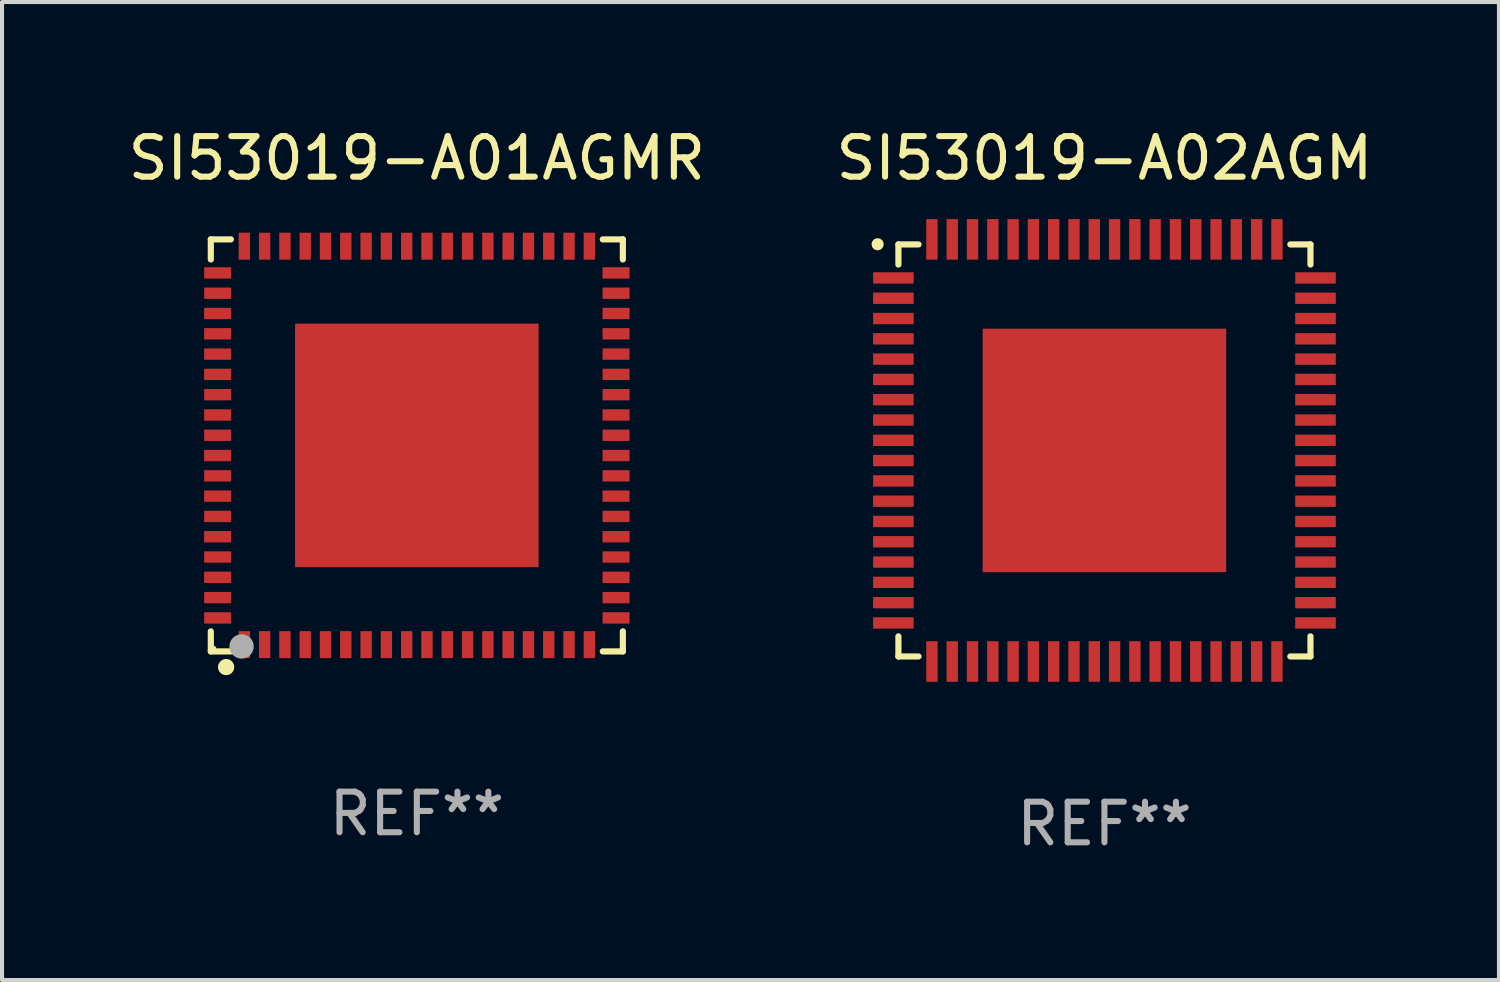
<source format=kicad_pcb>
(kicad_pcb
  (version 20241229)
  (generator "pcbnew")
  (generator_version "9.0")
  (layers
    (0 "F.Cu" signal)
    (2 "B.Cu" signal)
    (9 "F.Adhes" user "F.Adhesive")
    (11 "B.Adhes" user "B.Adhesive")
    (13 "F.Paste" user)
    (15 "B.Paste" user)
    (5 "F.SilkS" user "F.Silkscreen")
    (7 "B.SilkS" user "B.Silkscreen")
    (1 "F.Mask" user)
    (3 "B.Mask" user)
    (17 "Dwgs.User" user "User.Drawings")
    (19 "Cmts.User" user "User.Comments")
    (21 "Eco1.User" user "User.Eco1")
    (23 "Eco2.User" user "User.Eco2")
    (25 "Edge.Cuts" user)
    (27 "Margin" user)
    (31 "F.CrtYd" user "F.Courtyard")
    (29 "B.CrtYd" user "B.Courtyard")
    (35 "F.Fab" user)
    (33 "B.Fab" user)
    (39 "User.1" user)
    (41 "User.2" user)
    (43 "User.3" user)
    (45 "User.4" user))
  (footprint "SI53019-A02AGM"
    (layer "F.Cu")
    (at 24.161 8.048)
    (property "Reference" "SI53019-A02AGM" (at 0 -7.2 0) (layer "F.SilkS") (effects (font (size 1 1) (thickness 0.15))))
    (attr through_hole)
    (fp_line (start -5.076 -5.076) (end -5.076 -4.58) (stroke (width 0.152) (type solid)) (layer "F.SilkS"))
    (fp_line (start -5.076 5.076) (end -5.076 4.58) (stroke (width 0.152) (type solid)) (layer "F.SilkS"))
    (fp_line (start -4.58 -5.076) (end -5.076 -5.076) (stroke (width 0.152) (type solid)) (layer "F.SilkS"))
    (fp_line (start -4.58 5.076) (end -5.076 5.076) (stroke (width 0.152) (type solid)) (layer "F.SilkS"))
    (fp_line (start 4.58 -5.076) (end 5.076 -5.076) (stroke (width 0.152) (type solid)) (layer "F.SilkS"))
    (fp_line (start 4.58 5.076) (end 5.076 5.076) (stroke (width 0.152) (type solid)) (layer "F.SilkS"))
    (fp_line (start 5.076 -5.076) (end 5.076 -4.58) (stroke (width 0.152) (type solid)) (layer "F.SilkS"))
    (fp_line (start 5.076 5.076) (end 5.076 4.58) (stroke (width 0.152) (type solid)) (layer "F.SilkS"))
    (fp_circle (center -5.588 -5.08) (end -5.513 -5.08) (stroke (width 0.15) (type solid)) (fill no) (layer "F.SilkS"))
    (fp_text user "REF**" (at 0 9.2 0) (layer "F.Fab") (effects (font (size 1 1) (thickness 0.15))))
    (pad "1" smd rect (at -5.2 -4.25 270) (size 0.28 1) (layers "F.Cu" "F.Mask" "F.Paste"))
    (pad "2" smd rect (at -5.2 -3.75 270) (size 0.28 1) (layers "F.Cu" "F.Mask" "F.Paste"))
    (pad "3" smd rect (at -5.2 -3.25 270) (size 0.28 1) (layers "F.Cu" "F.Mask" "F.Paste"))
    (pad "4" smd rect (at -5.2 -2.75 270) (size 0.28 1) (layers "F.Cu" "F.Mask" "F.Paste"))
    (pad "5" smd rect (at -5.2 -2.25 270) (size 0.28 1) (layers "F.Cu" "F.Mask" "F.Paste"))
    (pad "6" smd rect (at -5.2 -1.75 270) (size 0.28 1) (layers "F.Cu" "F.Mask" "F.Paste"))
    (pad "7" smd rect (at -5.2 -1.25 270) (size 0.28 1) (layers "F.Cu" "F.Mask" "F.Paste"))
    (pad "8" smd rect (at -5.2 -0.75 270) (size 0.28 1) (layers "F.Cu" "F.Mask" "F.Paste"))
    (pad "9" smd rect (at -5.2 -0.25 270) (size 0.28 1) (layers "F.Cu" "F.Mask" "F.Paste"))
    (pad "10" smd rect (at -5.2 0.25 270) (size 0.28 1) (layers "F.Cu" "F.Mask" "F.Paste"))
    (pad "11" smd rect (at -5.2 0.75 270) (size 0.28 1) (layers "F.Cu" "F.Mask" "F.Paste"))
    (pad "12" smd rect (at -5.2 1.25 270) (size 0.28 1) (layers "F.Cu" "F.Mask" "F.Paste"))
    (pad "13" smd rect (at -5.2 1.75 270) (size 0.28 1) (layers "F.Cu" "F.Mask" "F.Paste"))
    (pad "14" smd rect (at -5.2 2.25 270) (size 0.28 1) (layers "F.Cu" "F.Mask" "F.Paste"))
    (pad "15" smd rect (at -5.2 2.75 270) (size 0.28 1) (layers "F.Cu" "F.Mask" "F.Paste"))
    (pad "16" smd rect (at -5.2 3.25 270) (size 0.28 1) (layers "F.Cu" "F.Mask" "F.Paste"))
    (pad "17" smd rect (at -5.2 3.75 270) (size 0.28 1) (layers "F.Cu" "F.Mask" "F.Paste"))
    (pad "18" smd rect (at -5.2 4.25 270) (size 0.28 1) (layers "F.Cu" "F.Mask" "F.Paste"))
    (pad "19" smd rect (at -4.25 5.2 270) (size 1 0.28) (layers "F.Cu" "F.Mask" "F.Paste"))
    (pad "20" smd rect (at -3.75 5.2 270) (size 1 0.28) (layers "F.Cu" "F.Mask" "F.Paste"))
    (pad "21" smd rect (at -3.25 5.2 270) (size 1 0.28) (layers "F.Cu" "F.Mask" "F.Paste"))
    (pad "22" smd rect (at -2.75 5.2 270) (size 1 0.28) (layers "F.Cu" "F.Mask" "F.Paste"))
    (pad "23" smd rect (at -2.25 5.2 270) (size 1 0.28) (layers "F.Cu" "F.Mask" "F.Paste"))
    (pad "24" smd rect (at -1.75 5.2 270) (size 1 0.28) (layers "F.Cu" "F.Mask" "F.Paste"))
    (pad "25" smd rect (at -1.25 5.2 270) (size 1 0.28) (layers "F.Cu" "F.Mask" "F.Paste"))
    (pad "26" smd rect (at -0.75 5.2 270) (size 1 0.28) (layers "F.Cu" "F.Mask" "F.Paste"))
    (pad "27" smd rect (at -0.25 5.2 270) (size 1 0.28) (layers "F.Cu" "F.Mask" "F.Paste"))
    (pad "28" smd rect (at 0.25 5.2 270) (size 1 0.28) (layers "F.Cu" "F.Mask" "F.Paste"))
    (pad "29" smd rect (at 0.75 5.2 270) (size 1 0.28) (layers "F.Cu" "F.Mask" "F.Paste"))
    (pad "30" smd rect (at 1.25 5.2 270) (size 1 0.28) (layers "F.Cu" "F.Mask" "F.Paste"))
    (pad "31" smd rect (at 1.75 5.2 270) (size 1 0.28) (layers "F.Cu" "F.Mask" "F.Paste"))
    (pad "32" smd rect (at 2.25 5.2 270) (size 1 0.28) (layers "F.Cu" "F.Mask" "F.Paste"))
    (pad "33" smd rect (at 2.75 5.2 270) (size 1 0.28) (layers "F.Cu" "F.Mask" "F.Paste"))
    (pad "34" smd rect (at 3.25 5.2 270) (size 1 0.28) (layers "F.Cu" "F.Mask" "F.Paste"))
    (pad "35" smd rect (at 3.75 5.2 270) (size 1 0.28) (layers "F.Cu" "F.Mask" "F.Paste"))
    (pad "36" smd rect (at 4.25 5.2 270) (size 1 0.28) (layers "F.Cu" "F.Mask" "F.Paste"))
    (pad "37" smd rect (at 5.2 4.25 270) (size 0.28 1) (layers "F.Cu" "F.Mask" "F.Paste"))
    (pad "38" smd rect (at 5.2 3.75 270) (size 0.28 1) (layers "F.Cu" "F.Mask" "F.Paste"))
    (pad "39" smd rect (at 5.2 3.25 270) (size 0.28 1) (layers "F.Cu" "F.Mask" "F.Paste"))
    (pad "40" smd rect (at 5.2 2.75 270) (size 0.28 1) (layers "F.Cu" "F.Mask" "F.Paste"))
    (pad "41" smd rect (at 5.2 2.25 270) (size 0.28 1) (layers "F.Cu" "F.Mask" "F.Paste"))
    (pad "42" smd rect (at 5.2 1.75 270) (size 0.28 1) (layers "F.Cu" "F.Mask" "F.Paste"))
    (pad "43" smd rect (at 5.2 1.25 270) (size 0.28 1) (layers "F.Cu" "F.Mask" "F.Paste"))
    (pad "44" smd rect (at 5.2 0.75 270) (size 0.28 1) (layers "F.Cu" "F.Mask" "F.Paste"))
    (pad "45" smd rect (at 5.2 0.25 270) (size 0.28 1) (layers "F.Cu" "F.Mask" "F.Paste"))
    (pad "46" smd rect (at 5.2 -0.25 270) (size 0.28 1) (layers "F.Cu" "F.Mask" "F.Paste"))
    (pad "47" smd rect (at 5.2 -0.75 270) (size 0.28 1) (layers "F.Cu" "F.Mask" "F.Paste"))
    (pad "48" smd rect (at 5.2 -1.25 270) (size 0.28 1) (layers "F.Cu" "F.Mask" "F.Paste"))
    (pad "49" smd rect (at 5.2 -1.75 270) (size 0.28 1) (layers "F.Cu" "F.Mask" "F.Paste"))
    (pad "50" smd rect (at 5.2 -2.25 270) (size 0.28 1) (layers "F.Cu" "F.Mask" "F.Paste"))
    (pad "51" smd rect (at 5.2 -2.75 270) (size 0.28 1) (layers "F.Cu" "F.Mask" "F.Paste"))
    (pad "52" smd rect (at 5.2 -3.25 270) (size 0.28 1) (layers "F.Cu" "F.Mask" "F.Paste"))
    (pad "53" smd rect (at 5.2 -3.75 270) (size 0.28 1) (layers "F.Cu" "F.Mask" "F.Paste"))
    (pad "54" smd rect (at 5.2 -4.25 270) (size 0.28 1) (layers "F.Cu" "F.Mask" "F.Paste"))
    (pad "55" smd rect (at 4.25 -5.2 270) (size 1 0.28) (layers "F.Cu" "F.Mask" "F.Paste"))
    (pad "56" smd rect (at 3.75 -5.2 270) (size 1 0.28) (layers "F.Cu" "F.Mask" "F.Paste"))
    (pad "57" smd rect (at 3.25 -5.2 270) (size 1 0.28) (layers "F.Cu" "F.Mask" "F.Paste"))
    (pad "58" smd rect (at 2.75 -5.2 270) (size 1 0.28) (layers "F.Cu" "F.Mask" "F.Paste"))
    (pad "59" smd rect (at 2.25 -5.2 270) (size 1 0.28) (layers "F.Cu" "F.Mask" "F.Paste"))
    (pad "60" smd rect (at 1.75 -5.2 270) (size 1 0.28) (layers "F.Cu" "F.Mask" "F.Paste"))
    (pad "61" smd rect (at 1.25 -5.2 270) (size 1 0.28) (layers "F.Cu" "F.Mask" "F.Paste"))
    (pad "62" smd rect (at 0.75 -5.2 270) (size 1 0.28) (layers "F.Cu" "F.Mask" "F.Paste"))
    (pad "63" smd rect (at 0.25 -5.2 270) (size 1 0.28) (layers "F.Cu" "F.Mask" "F.Paste"))
    (pad "64" smd rect (at -0.25 -5.2 270) (size 1 0.28) (layers "F.Cu" "F.Mask" "F.Paste"))
    (pad "65" smd rect (at -0.75 -5.2 270) (size 1 0.28) (layers "F.Cu" "F.Mask" "F.Paste"))
    (pad "66" smd rect (at -1.25 -5.2 270) (size 1 0.28) (layers "F.Cu" "F.Mask" "F.Paste"))
    (pad "67" smd rect (at -1.75 -5.2 270) (size 1 0.28) (layers "F.Cu" "F.Mask" "F.Paste"))
    (pad "68" smd rect (at -2.25 -5.2 270) (size 1 0.28) (layers "F.Cu" "F.Mask" "F.Paste"))
    (pad "69" smd rect (at -2.75 -5.2 270) (size 1 0.28) (layers "F.Cu" "F.Mask" "F.Paste"))
    (pad "70" smd rect (at -3.25 -5.2 270) (size 1 0.28) (layers "F.Cu" "F.Mask" "F.Paste"))
    (pad "71" smd rect (at -3.75 -5.2 270) (size 1 0.28) (layers "F.Cu" "F.Mask" "F.Paste"))
    (pad "72" smd rect (at -4.25 -5.2 270) (size 1 0.28) (layers "F.Cu" "F.Mask" "F.Paste"))
    (pad "73" smd rect (at 0.000025 -0.000076 270) (size 6 6) (layers "F.Cu" "F.Mask" "F.Paste")))
  (footprint "SI53019-A01AGMR"
    (layer "F.Cu")
    (at 7.22 7.924)
    (property "Reference" "SI53019-A01AGMR" (at 0 -7.076 0) (layer "F.SilkS") (effects (font (size 1 1) (thickness 0.15))))
    (attr through_hole)
    (fp_line (start -5.076 -5.076) (end -4.581 -5.076) (stroke (width 0.152) (type solid)) (layer "F.SilkS"))
    (fp_line (start -5.076 -4.581) (end -5.076 -5.076) (stroke (width 0.152) (type solid)) (layer "F.SilkS"))
    (fp_line (start -5.076 4.581) (end -5.076 5.076) (stroke (width 0.152) (type solid)) (layer "F.SilkS"))
    (fp_line (start -5.076 5.076) (end -4.581 5.076) (stroke (width 0.152) (type solid)) (layer "F.SilkS"))
    (fp_line (start 5.076 -5.076) (end 4.581 -5.076) (stroke (width 0.152) (type solid)) (layer "F.SilkS"))
    (fp_line (start 5.076 -4.581) (end 5.076 -5.076) (stroke (width 0.152) (type solid)) (layer "F.SilkS"))
    (fp_line (start 5.076 4.581) (end 5.076 5.076) (stroke (width 0.152) (type solid)) (layer "F.SilkS"))
    (fp_line (start 5.076 5.076) (end 4.581 5.076) (stroke (width 0.152) (type solid)) (layer "F.SilkS"))
    (fp_circle (center -5 5) (end -4.97 5) (stroke (width 0.06) (type solid)) (fill no) (layer "F.SilkS"))
    (fp_circle (center -4.699 5.461) (end -4.599 5.461) (stroke (width 0.2) (type solid)) (fill no) (layer "F.SilkS"))
    (fp_circle (center -4.318 4.953) (end -4.168 4.953) (stroke (width 0.3) (type solid)) (fill no) (layer "F.Fab"))
    (fp_text user "REF**" (at 0 9.076 0) (layer "F.Fab") (effects (font (size 1 1) (thickness 0.15))))
    (pad "1" smd rect (at -4.25 4.908) (size 0.28 0.665) (layers "F.Cu" "F.Mask" "F.Paste"))
    (pad "2" smd rect (at -3.75 4.908) (size 0.28 0.665) (layers "F.Cu" "F.Mask" "F.Paste"))
    (pad "3" smd rect (at -3.25 4.908) (size 0.28 0.665) (layers "F.Cu" "F.Mask" "F.Paste"))
    (pad "4" smd rect (at -2.75 4.908) (size 0.28 0.665) (layers "F.Cu" "F.Mask" "F.Paste"))
    (pad "5" smd rect (at -2.25 4.908) (size 0.28 0.665) (layers "F.Cu" "F.Mask" "F.Paste"))
    (pad "6" smd rect (at -1.75 4.908) (size 0.28 0.665) (layers "F.Cu" "F.Mask" "F.Paste"))
    (pad "7" smd rect (at -1.25 4.908) (size 0.28 0.665) (layers "F.Cu" "F.Mask" "F.Paste"))
    (pad "8" smd rect (at -0.75 4.908) (size 0.28 0.665) (layers "F.Cu" "F.Mask" "F.Paste"))
    (pad "9" smd rect (at -0.25 4.908) (size 0.28 0.665) (layers "F.Cu" "F.Mask" "F.Paste"))
    (pad "10" smd rect (at 0.25 4.908) (size 0.28 0.665) (layers "F.Cu" "F.Mask" "F.Paste"))
    (pad "11" smd rect (at 0.75 4.908) (size 0.28 0.665) (layers "F.Cu" "F.Mask" "F.Paste"))
    (pad "12" smd rect (at 1.25 4.908) (size 0.28 0.665) (layers "F.Cu" "F.Mask" "F.Paste"))
    (pad "13" smd rect (at 1.75 4.908) (size 0.28 0.665) (layers "F.Cu" "F.Mask" "F.Paste"))
    (pad "14" smd rect (at 2.25 4.908) (size 0.28 0.665) (layers "F.Cu" "F.Mask" "F.Paste"))
    (pad "15" smd rect (at 2.75 4.908) (size 0.28 0.665) (layers "F.Cu" "F.Mask" "F.Paste"))
    (pad "16" smd rect (at 3.25 4.908) (size 0.28 0.665) (layers "F.Cu" "F.Mask" "F.Paste"))
    (pad "17" smd rect (at 3.75 4.908) (size 0.28 0.665) (layers "F.Cu" "F.Mask" "F.Paste"))
    (pad "18" smd rect (at 4.25 4.908) (size 0.28 0.665) (layers "F.Cu" "F.Mask" "F.Paste"))
    (pad "19" smd rect (at 4.908 4.25) (size 0.665 0.28) (layers "F.Cu" "F.Mask" "F.Paste"))
    (pad "20" smd rect (at 4.908 3.75) (size 0.665 0.28) (layers "F.Cu" "F.Mask" "F.Paste"))
    (pad "21" smd rect (at 4.908 3.25) (size 0.665 0.28) (layers "F.Cu" "F.Mask" "F.Paste"))
    (pad "22" smd rect (at 4.908 2.75) (size 0.665 0.28) (layers "F.Cu" "F.Mask" "F.Paste"))
    (pad "23" smd rect (at 4.908 2.25) (size 0.665 0.28) (layers "F.Cu" "F.Mask" "F.Paste"))
    (pad "24" smd rect (at 4.908 1.75) (size 0.665 0.28) (layers "F.Cu" "F.Mask" "F.Paste"))
    (pad "25" smd rect (at 4.908 1.25) (size 0.665 0.28) (layers "F.Cu" "F.Mask" "F.Paste"))
    (pad "26" smd rect (at 4.908 0.75) (size 0.665 0.28) (layers "F.Cu" "F.Mask" "F.Paste"))
    (pad "27" smd rect (at 4.908 0.25) (size 0.665 0.28) (layers "F.Cu" "F.Mask" "F.Paste"))
    (pad "28" smd rect (at 4.908 -0.25) (size 0.665 0.28) (layers "F.Cu" "F.Mask" "F.Paste"))
    (pad "29" smd rect (at 4.908 -0.75) (size 0.665 0.28) (layers "F.Cu" "F.Mask" "F.Paste"))
    (pad "30" smd rect (at 4.908 -1.25) (size 0.665 0.28) (layers "F.Cu" "F.Mask" "F.Paste"))
    (pad "31" smd rect (at 4.908 -1.75) (size 0.665 0.28) (layers "F.Cu" "F.Mask" "F.Paste"))
    (pad "32" smd rect (at 4.908 -2.25) (size 0.665 0.28) (layers "F.Cu" "F.Mask" "F.Paste"))
    (pad "33" smd rect (at 4.908 -2.75) (size 0.665 0.28) (layers "F.Cu" "F.Mask" "F.Paste"))
    (pad "34" smd rect (at 4.908 -3.25) (size 0.665 0.28) (layers "F.Cu" "F.Mask" "F.Paste"))
    (pad "35" smd rect (at 4.908 -3.75) (size 0.665 0.28) (layers "F.Cu" "F.Mask" "F.Paste"))
    (pad "36" smd rect (at 4.908 -4.25) (size 0.665 0.28) (layers "F.Cu" "F.Mask" "F.Paste"))
    (pad "37" smd rect (at 4.25 -4.908) (size 0.28 0.665) (layers "F.Cu" "F.Mask" "F.Paste"))
    (pad "38" smd rect (at 3.75 -4.908) (size 0.28 0.665) (layers "F.Cu" "F.Mask" "F.Paste"))
    (pad "39" smd rect (at 3.25 -4.908) (size 0.28 0.665) (layers "F.Cu" "F.Mask" "F.Paste"))
    (pad "40" smd rect (at 2.75 -4.908) (size 0.28 0.665) (layers "F.Cu" "F.Mask" "F.Paste"))
    (pad "41" smd rect (at 2.25 -4.908) (size 0.28 0.665) (layers "F.Cu" "F.Mask" "F.Paste"))
    (pad "42" smd rect (at 1.75 -4.908) (size 0.28 0.665) (layers "F.Cu" "F.Mask" "F.Paste"))
    (pad "43" smd rect (at 1.25 -4.908) (size 0.28 0.665) (layers "F.Cu" "F.Mask" "F.Paste"))
    (pad "44" smd rect (at 0.75 -4.908) (size 0.28 0.665) (layers "F.Cu" "F.Mask" "F.Paste"))
    (pad "45" smd rect (at 0.25 -4.908) (size 0.28 0.665) (layers "F.Cu" "F.Mask" "F.Paste"))
    (pad "46" smd rect (at -0.25 -4.908) (size 0.28 0.665) (layers "F.Cu" "F.Mask" "F.Paste"))
    (pad "47" smd rect (at -0.75 -4.908) (size 0.28 0.665) (layers "F.Cu" "F.Mask" "F.Paste"))
    (pad "48" smd rect (at -1.25 -4.908) (size 0.28 0.665) (layers "F.Cu" "F.Mask" "F.Paste"))
    (pad "49" smd rect (at -1.75 -4.908) (size 0.28 0.665) (layers "F.Cu" "F.Mask" "F.Paste"))
    (pad "50" smd rect (at -2.25 -4.908) (size 0.28 0.665) (layers "F.Cu" "F.Mask" "F.Paste"))
    (pad "51" smd rect (at -2.75 -4.908) (size 0.28 0.665) (layers "F.Cu" "F.Mask" "F.Paste"))
    (pad "52" smd rect (at -3.25 -4.908) (size 0.28 0.665) (layers "F.Cu" "F.Mask" "F.Paste"))
    (pad "53" smd rect (at -3.75 -4.908) (size 0.28 0.665) (layers "F.Cu" "F.Mask" "F.Paste"))
    (pad "54" smd rect (at -4.25 -4.908) (size 0.28 0.665) (layers "F.Cu" "F.Mask" "F.Paste"))
    (pad "55" smd rect (at -4.908 -4.25) (size 0.665 0.28) (layers "F.Cu" "F.Mask" "F.Paste"))
    (pad "56" smd rect (at -4.908 -3.75) (size 0.665 0.28) (layers "F.Cu" "F.Mask" "F.Paste"))
    (pad "57" smd rect (at -4.908 -3.25) (size 0.665 0.28) (layers "F.Cu" "F.Mask" "F.Paste"))
    (pad "58" smd rect (at -4.908 -2.75) (size 0.665 0.28) (layers "F.Cu" "F.Mask" "F.Paste"))
    (pad "59" smd rect (at -4.908 -2.25) (size 0.665 0.28) (layers "F.Cu" "F.Mask" "F.Paste"))
    (pad "60" smd rect (at -4.908 -1.75) (size 0.665 0.28) (layers "F.Cu" "F.Mask" "F.Paste"))
    (pad "61" smd rect (at -4.908 -1.25) (size 0.665 0.28) (layers "F.Cu" "F.Mask" "F.Paste"))
    (pad "62" smd rect (at -4.908 -0.75) (size 0.665 0.28) (layers "F.Cu" "F.Mask" "F.Paste"))
    (pad "63" smd rect (at -4.908 -0.25) (size 0.665 0.28) (layers "F.Cu" "F.Mask" "F.Paste"))
    (pad "64" smd rect (at -4.908 0.25) (size 0.665 0.28) (layers "F.Cu" "F.Mask" "F.Paste"))
    (pad "65" smd rect (at -4.908 0.75) (size 0.665 0.28) (layers "F.Cu" "F.Mask" "F.Paste"))
    (pad "66" smd rect (at -4.908 1.25) (size 0.665 0.28) (layers "F.Cu" "F.Mask" "F.Paste"))
    (pad "67" smd rect (at -4.908 1.75) (size 0.665 0.28) (layers "F.Cu" "F.Mask" "F.Paste"))
    (pad "68" smd rect (at -4.908 2.25) (size 0.665 0.28) (layers "F.Cu" "F.Mask" "F.Paste"))
    (pad "69" smd rect (at -4.908 2.75) (size 0.665 0.28) (layers "F.Cu" "F.Mask" "F.Paste"))
    (pad "70" smd rect (at -4.908 3.25) (size 0.665 0.28) (layers "F.Cu" "F.Mask" "F.Paste"))
    (pad "71" smd rect (at -4.908 3.75) (size 0.665 0.28) (layers "F.Cu" "F.Mask" "F.Paste"))
    (pad "72" smd rect (at -4.908 4.25) (size 0.665 0.28) (layers "F.Cu" "F.Mask" "F.Paste"))
    (pad "73" smd rect (at 0 0) (size 6 6) (layers "F.Cu" "F.Mask" "F.Paste")))
  (gr_rect
    (start -3 -3)
    (end 33.881 21.096)
    (stroke (width 0.1) (type default))
    (fill no)
    (layer "Edge.Cuts")))
</source>
